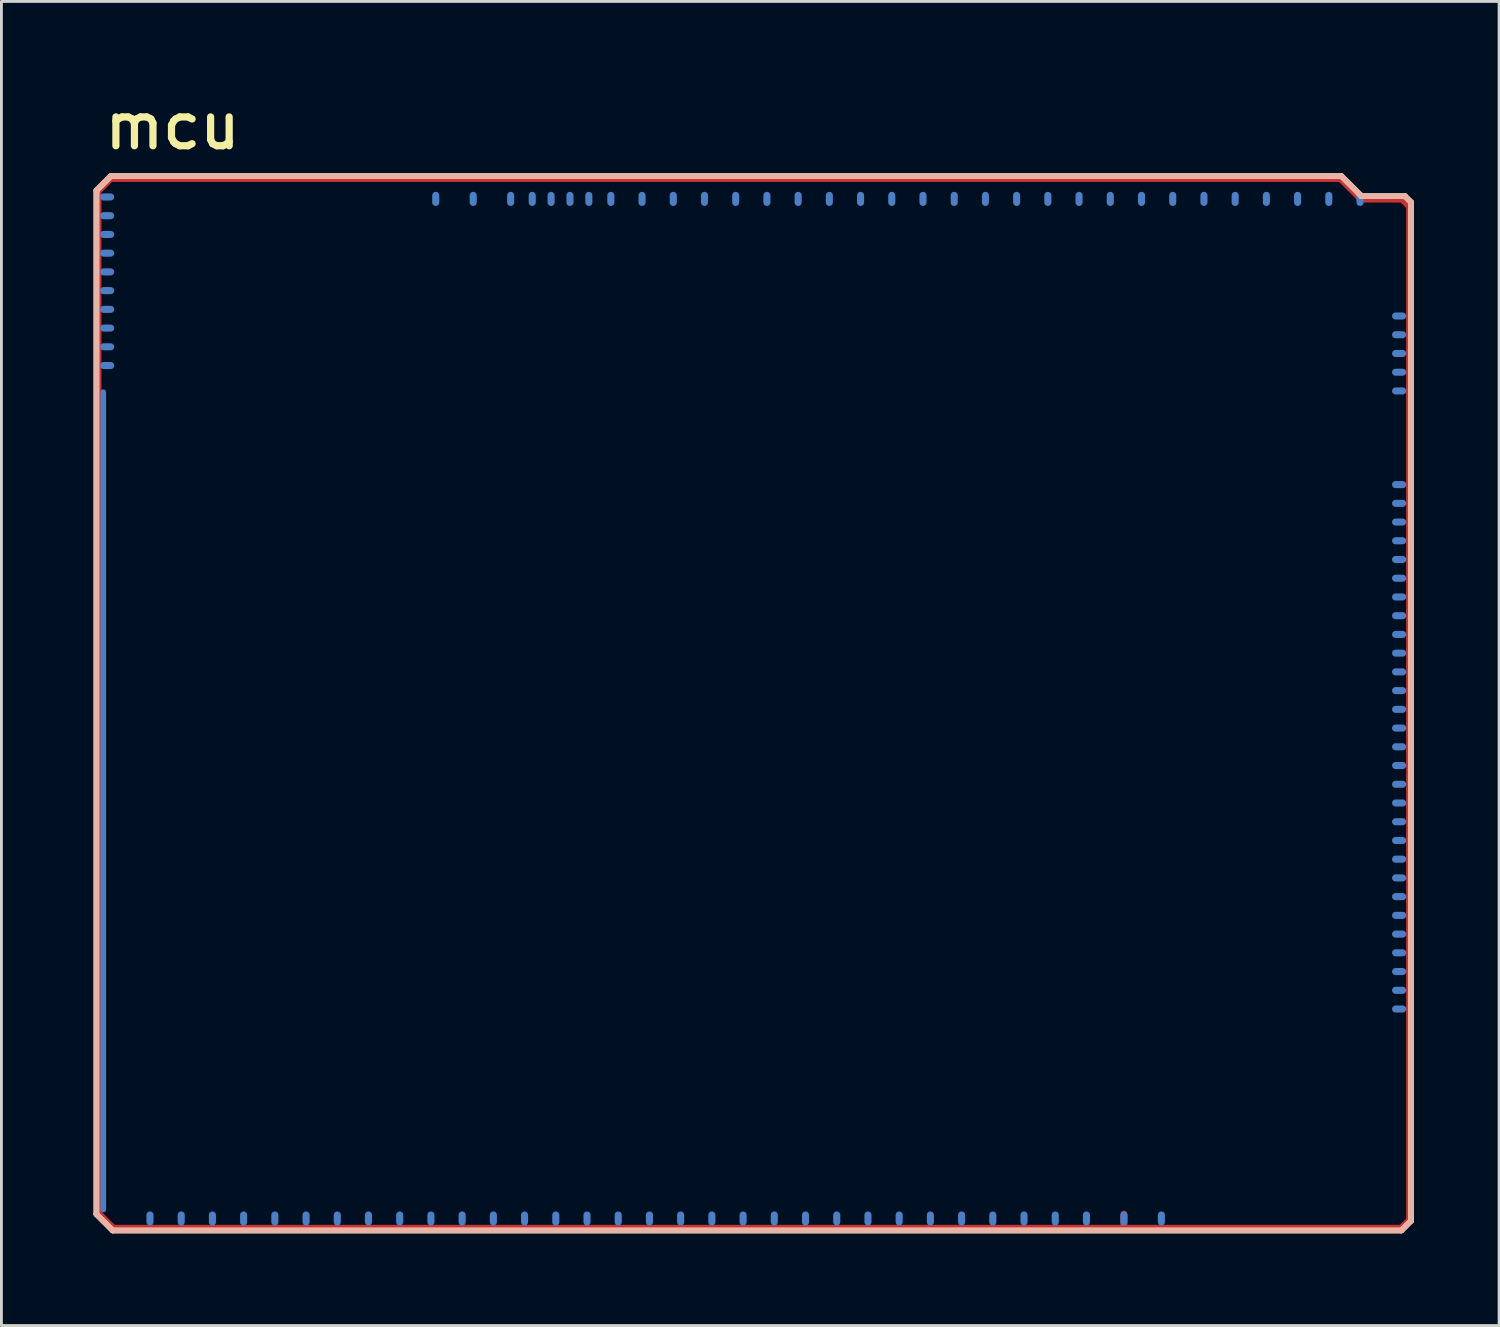
<source format=kicad_pcb>
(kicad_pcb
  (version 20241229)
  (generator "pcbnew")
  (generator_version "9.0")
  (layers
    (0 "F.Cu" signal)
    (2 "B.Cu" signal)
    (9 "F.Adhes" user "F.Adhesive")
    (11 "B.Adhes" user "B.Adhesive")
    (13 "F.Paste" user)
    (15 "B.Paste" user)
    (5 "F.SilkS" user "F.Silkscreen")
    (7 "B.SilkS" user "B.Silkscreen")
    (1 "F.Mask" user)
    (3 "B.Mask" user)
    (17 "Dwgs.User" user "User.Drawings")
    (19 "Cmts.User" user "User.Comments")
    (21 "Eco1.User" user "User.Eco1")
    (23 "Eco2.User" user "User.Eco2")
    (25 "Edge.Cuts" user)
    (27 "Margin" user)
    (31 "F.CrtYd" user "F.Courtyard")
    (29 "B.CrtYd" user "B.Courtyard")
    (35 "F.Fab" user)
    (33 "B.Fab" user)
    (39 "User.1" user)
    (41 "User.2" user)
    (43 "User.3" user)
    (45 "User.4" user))
  (footprint "mcu"
    (layer "F.Cu")
    (at 0.25 40.411)
    (property "Reference" "mcu" (at 0.254 -38.125 0) (unlocked yes) (layer "F.SilkS") (effects (font (size 1.524 1.524) (thickness 0.254)) (justify left bottom)))
    (attr through_hole)
    (fp_line (start 0.096 -36.743) (end 0.096 -0.677) (stroke (width 0.2) (type solid)) (layer "F.SilkS"))
    (fp_line (start 0.096 -36.743) (end 0.61 -37.257) (stroke (width 0.2) (type solid)) (layer "F.SilkS"))
    (fp_line (start 0.096 -0.677) (end 0.672 -0.101) (stroke (width 0.2) (type solid)) (layer "F.SilkS"))
    (fp_line (start 0.61 -37.257) (end 43.968 -37.257) (stroke (width 0.2) (type solid)) (layer "F.SilkS"))
    (fp_line (start 0.672 -0.101) (end 46.083 -0.101) (stroke (width 0.2) (type solid)) (layer "F.SilkS"))
    (fp_line (start 43.968 -37.257) (end 44.675 -36.55) (stroke (width 0.2) (type solid)) (layer "F.SilkS"))
    (fp_line (start 44.675 -36.55) (end 46.212 -36.55) (stroke (width 0.2) (type solid)) (layer "F.SilkS"))
    (fp_line (start 46.083 -0.101) (end 46.425 -0.443) (stroke (width 0.2) (type solid)) (layer "F.SilkS"))
    (fp_line (start 46.212 -36.55) (end 46.425 -36.337) (stroke (width 0.2) (type solid)) (layer "F.SilkS"))
    (fp_line (start 46.425 -36.337) (end 46.425 -0.443) (stroke (width 0.2) (type solid)) (layer "F.SilkS"))
    (fp_line (start 0.1 -36.762) (end 0.1 -0.67) (stroke (width 0.2) (type solid)) (layer "B.SilkS"))
    (fp_line (start 0.1 -36.762) (end 0.588 -37.25) (stroke (width 0.2) (type solid)) (layer "B.SilkS"))
    (fp_line (start 0.1 -0.67) (end 0.669 -0.101) (stroke (width 0.2) (type solid)) (layer "B.SilkS"))
    (fp_line (start 0.588 -37.25) (end 43.975 -37.25) (stroke (width 0.2) (type solid)) (layer "B.SilkS"))
    (fp_line (start 0.669 -0.101) (end 46.082 -0.101) (stroke (width 0.2) (type solid)) (layer "B.SilkS"))
    (fp_line (start 43.975 -37.25) (end 44.675 -36.55) (stroke (width 0.2) (type solid)) (layer "B.SilkS"))
    (fp_line (start 44.675 -36.55) (end 46.2 -36.55) (stroke (width 0.2) (type solid)) (layer "B.SilkS"))
    (fp_line (start 46.082 -0.101) (end 46.424 -0.443) (stroke (width 0.2) (type solid)) (layer "B.SilkS"))
    (fp_line (start 46.2 -36.55) (end 46.424 -36.326) (stroke (width 0.2) (type solid)) (layer "B.SilkS"))
    (fp_line (start 46.424 -36.326) (end 46.424 -0.443) (stroke (width 0.2) (type solid)) (layer "B.SilkS"))
    (pad "E1" smd roundrect (at 46.002 -32.325 90) (size 0.25 0.5) (layers "B.Cu" "B.Mask" "B.Paste") (roundrect_rratio 0.5))
    (pad "E2" smd roundrect (at 46.002 -31.665 270) (size 0.25 0.5) (layers "B.Cu" "B.Mask" "B.Paste") (roundrect_rratio 0.5))
    (pad "E3" smd roundrect (at 46.002 -31.005 270) (size 0.25 0.5) (layers "B.Cu" "B.Mask" "B.Paste") (roundrect_rratio 0.5))
    (pad "E4" smd roundrect (at 46.002 -30.345 270) (size 0.25 0.5) (layers "B.Cu" "B.Mask" "B.Paste") (roundrect_rratio 0.5))
    (pad "E5" smd roundrect (at 46.002 -29.685 270) (size 0.25 0.5) (layers "B.Cu" "B.Mask" "B.Paste") (roundrect_rratio 0.5))
    (pad "E6" smd roundrect (at 46.002 -26.385 270) (size 0.25 0.5) (layers "B.Cu" "B.Mask" "B.Paste") (roundrect_rratio 0.5))
    (pad "E7" smd roundrect (at 46.002 -25.725 270) (size 0.25 0.5) (layers "B.Cu" "B.Mask" "B.Paste") (roundrect_rratio 0.5))
    (pad "E8" smd roundrect (at 46.002 -25.065 270) (size 0.25 0.5) (layers "B.Cu" "B.Mask" "B.Paste") (roundrect_rratio 0.5))
    (pad "E9" smd roundrect (at 46.002 -24.405 270) (size 0.25 0.5) (layers "B.Cu" "B.Mask" "B.Paste") (roundrect_rratio 0.5))
    (pad "E10" smd roundrect (at 46.002 -23.745 270) (size 0.25 0.5) (layers "B.Cu" "B.Mask" "B.Paste") (roundrect_rratio 0.5))
    (pad "E11" smd roundrect (at 46.002 -23.085 270) (size 0.25 0.5) (layers "B.Cu" "B.Mask" "B.Paste") (roundrect_rratio 0.5))
    (pad "E12" smd roundrect (at 46.002 -22.425 270) (size 0.25 0.5) (layers "B.Cu" "B.Mask" "B.Paste") (roundrect_rratio 0.5))
    (pad "E13" smd roundrect (at 46.002 -21.765 270) (size 0.25 0.5) (layers "B.Cu" "B.Mask" "B.Paste") (roundrect_rratio 0.5))
    (pad "E14" smd roundrect (at 46.002 -21.105 270) (size 0.25 0.5) (layers "B.Cu" "B.Mask" "B.Paste") (roundrect_rratio 0.5))
    (pad "E15" smd roundrect (at 46.002 -20.445 270) (size 0.25 0.5) (layers "B.Cu" "B.Mask" "B.Paste") (roundrect_rratio 0.5))
    (pad "E16" smd roundrect (at 46.002 -19.785 270) (size 0.25 0.5) (layers "B.Cu" "B.Mask" "B.Paste") (roundrect_rratio 0.5))
    (pad "E17" smd roundrect (at 46.002 -19.125 270) (size 0.25 0.5) (layers "B.Cu" "B.Mask" "B.Paste") (roundrect_rratio 0.5))
    (pad "E18" smd roundrect (at 46.002 -18.465 270) (size 0.25 0.5) (layers "B.Cu" "B.Mask" "B.Paste") (roundrect_rratio 0.5))
    (pad "E19" smd roundrect (at 46.002 -17.805 270) (size 0.25 0.5) (layers "B.Cu" "B.Mask" "B.Paste") (roundrect_rratio 0.5))
    (pad "E20" smd roundrect (at 46.002 -17.145 270) (size 0.25 0.5) (layers "B.Cu" "B.Mask" "B.Paste") (roundrect_rratio 0.5))
    (pad "E21" smd roundrect (at 46.002 -16.485 270) (size 0.25 0.5) (layers "B.Cu" "B.Mask" "B.Paste") (roundrect_rratio 0.5))
    (pad "E22" smd roundrect (at 46.002 -15.825 270) (size 0.25 0.5) (layers "B.Cu" "B.Mask" "B.Paste") (roundrect_rratio 0.5))
    (pad "E23" smd roundrect (at 46.002 -15.165 270) (size 0.25 0.5) (layers "B.Cu" "B.Mask" "B.Paste") (roundrect_rratio 0.5))
    (pad "E24" smd roundrect (at 46.002 -14.505 270) (size 0.25 0.5) (layers "B.Cu" "B.Mask" "B.Paste") (roundrect_rratio 0.5))
    (pad "E25" smd roundrect (at 46.002 -13.845 270) (size 0.25 0.5) (layers "B.Cu" "B.Mask" "B.Paste") (roundrect_rratio 0.5))
    (pad "E26" smd roundrect (at 46.002 -13.185 270) (size 0.25 0.5) (layers "B.Cu" "B.Mask" "B.Paste") (roundrect_rratio 0.5))
    (pad "E27" smd roundrect (at 46.002 -12.525 270) (size 0.25 0.5) (layers "B.Cu" "B.Mask" "B.Paste") (roundrect_rratio 0.5))
    (pad "E28" smd roundrect (at 46.002 -11.865 270) (size 0.25 0.5) (layers "B.Cu" "B.Mask" "B.Paste") (roundrect_rratio 0.5))
    (pad "E29" smd roundrect (at 46.002 -11.205 270) (size 0.25 0.5) (layers "B.Cu" "B.Mask" "B.Paste") (roundrect_rratio 0.5))
    (pad "E30" smd roundrect (at 46.002 -10.545 270) (size 0.25 0.5) (layers "B.Cu" "B.Mask" "B.Paste") (roundrect_rratio 0.5))
    (pad "E31" smd roundrect (at 46.002 -9.885 270) (size 0.25 0.5) (layers "B.Cu" "B.Mask" "B.Paste") (roundrect_rratio 0.5))
    (pad "E32" smd roundrect (at 46.002 -9.225 270) (size 0.25 0.5) (layers "B.Cu" "B.Mask" "B.Paste") (roundrect_rratio 0.5))
    (pad "E33" smd roundrect (at 46.002 -8.565 270) (size 0.25 0.5) (layers "B.Cu" "B.Mask" "B.Paste") (roundrect_rratio 0.5))
    (pad "E34" smd roundrect (at 46.002 -7.905 270) (size 0.25 0.5) (layers "B.Cu" "B.Mask" "B.Paste") (roundrect_rratio 0.5))
    (pad "N1" smd roundrect (at 12.055 -36.452 180) (size 0.25 0.5) (layers "B.Cu" "B.Mask" "B.Paste") (roundrect_rratio 0.5))
    (pad "N2" smd roundrect (at 13.375 -36.452) (size 0.25 0.5) (layers "B.Cu" "B.Mask" "B.Paste") (roundrect_rratio 0.5))
    (pad "N3" smd roundrect (at 14.695 -36.452) (size 0.25 0.5) (layers "B.Cu" "B.Mask" "B.Paste") (roundrect_rratio 0.5))
    (pad "N4" smd roundrect (at 15.455 -36.452) (size 0.25 0.5) (layers "B.Cu" "B.Mask" "B.Paste") (roundrect_rratio 0.5))
    (pad "N5" smd roundrect (at 16.12 -36.452) (size 0.25 0.5) (layers "B.Cu" "B.Mask" "B.Paste") (roundrect_rratio 0.5))
    (pad "N6" smd roundrect (at 16.785 -36.452) (size 0.25 0.5) (layers "B.Cu" "B.Mask" "B.Paste") (roundrect_rratio 0.5))
    (pad "N7" smd roundrect (at 17.45 -36.452) (size 0.25 0.5) (layers "B.Cu" "B.Mask" "B.Paste") (roundrect_rratio 0.5))
    (pad "N8" smd roundrect (at 18.225 -36.452) (size 0.25 0.5) (layers "B.Cu" "B.Mask" "B.Paste") (roundrect_rratio 0.5))
    (pad "N9" smd roundrect (at 19.325 -36.452) (size 0.25 0.5) (layers "B.Cu" "B.Mask" "B.Paste") (roundrect_rratio 0.5))
    (pad "N10" smd roundrect (at 20.425 -36.452) (size 0.25 0.5) (layers "B.Cu" "B.Mask" "B.Paste") (roundrect_rratio 0.5))
    (pad "N11" smd roundrect (at 21.525 -36.452) (size 0.25 0.5) (layers "B.Cu" "B.Mask" "B.Paste") (roundrect_rratio 0.5))
    (pad "N12" smd roundrect (at 22.625 -36.452) (size 0.25 0.5) (layers "B.Cu" "B.Mask" "B.Paste") (roundrect_rratio 0.5))
    (pad "N13" smd roundrect (at 23.725 -36.452) (size 0.25 0.5) (layers "B.Cu" "B.Mask" "B.Paste") (roundrect_rratio 0.5))
    (pad "N14" smd roundrect (at 24.825 -36.452) (size 0.25 0.5) (layers "B.Cu" "B.Mask" "B.Paste") (roundrect_rratio 0.5))
    (pad "N15" smd roundrect (at 25.925 -36.452) (size 0.25 0.5) (layers "B.Cu" "B.Mask" "B.Paste") (roundrect_rratio 0.5))
    (pad "N16" smd roundrect (at 27.025 -36.452) (size 0.25 0.5) (layers "B.Cu" "B.Mask" "B.Paste") (roundrect_rratio 0.5))
    (pad "N17" smd roundrect (at 28.125 -36.452) (size 0.25 0.5) (layers "B.Cu" "B.Mask" "B.Paste") (roundrect_rratio 0.5))
    (pad "N18" smd roundrect (at 29.225 -36.452) (size 0.25 0.5) (layers "B.Cu" "B.Mask" "B.Paste") (roundrect_rratio 0.5))
    (pad "N19" smd roundrect (at 30.325 -36.452) (size 0.25 0.5) (layers "B.Cu" "B.Mask" "B.Paste") (roundrect_rratio 0.5))
    (pad "N20" smd roundrect (at 31.425 -36.452) (size 0.25 0.5) (layers "B.Cu" "B.Mask" "B.Paste") (roundrect_rratio 0.5))
    (pad "N21" smd roundrect (at 32.525 -36.452) (size 0.25 0.5) (layers "B.Cu" "B.Mask" "B.Paste") (roundrect_rratio 0.5))
    (pad "N22" smd roundrect (at 33.625 -36.452) (size 0.25 0.5) (layers "B.Cu" "B.Mask" "B.Paste") (roundrect_rratio 0.5))
    (pad "N23" smd roundrect (at 34.725 -36.452) (size 0.25 0.5) (layers "B.Cu" "B.Mask" "B.Paste") (roundrect_rratio 0.5))
    (pad "N24" smd roundrect (at 35.825 -36.452) (size 0.25 0.5) (layers "B.Cu" "B.Mask" "B.Paste") (roundrect_rratio 0.5))
    (pad "N25" smd roundrect (at 36.925 -36.452) (size 0.25 0.5) (layers "B.Cu" "B.Mask" "B.Paste") (roundrect_rratio 0.5))
    (pad "N26" smd roundrect (at 38.025 -36.452) (size 0.25 0.5) (layers "B.Cu" "B.Mask" "B.Paste") (roundrect_rratio 0.5))
    (pad "N27" smd roundrect (at 39.125 -36.452) (size 0.25 0.5) (layers "B.Cu" "B.Mask" "B.Paste") (roundrect_rratio 0.5))
    (pad "N28" smd roundrect (at 40.225 -36.452) (size 0.25 0.5) (layers "B.Cu" "B.Mask" "B.Paste") (roundrect_rratio 0.5))
    (pad "N29" smd roundrect (at 41.325 -36.452) (size 0.25 0.5) (layers "B.Cu" "B.Mask" "B.Paste") (roundrect_rratio 0.5))
    (pad "N30" smd roundrect (at 42.425 -36.452) (size 0.25 0.5) (layers "B.Cu" "B.Mask" "B.Paste") (roundrect_rratio 0.5))
    (pad "N31" smd roundrect (at 43.525 -36.452) (size 0.25 0.5) (layers "B.Cu" "B.Mask" "B.Paste") (roundrect_rratio 0.5))
    (pad "N32" smd roundrect (at 44.625 -36.452) (size 0.25 0.5) (layers "B.Cu" "B.Mask" "B.Paste") (roundrect_rratio 0.5))
    (pad "S1" smd roundrect (at 37.625 -0.523) (size 0.25 0.5) (layers "B.Cu" "B.Mask" "B.Paste") (roundrect_rratio 0.5))
    (pad "S2" smd roundrect (at 0.175 -18.722 180) (size 0.2 36.19) (layers "F.Cu" "F.Paste") (roundrect_rratio 0.5))
    (pad "S2" smd roundrect (at 0.34 -15.24 180) (size 0.2 29) (layers "B.Cu" "B.Paste") (roundrect_rratio 0.5))
    (pad "S2" smd roundrect (at 0.39 -36.935 315) (size 0.2 0.8) (layers "F.Cu" "F.Paste") (roundrect_rratio 0.5))
    (pad "S2" smd roundrect (at 0.438 -0.462 225) (size 0.2 0.94) (layers "F.Cu" "F.Paste") (roundrect_rratio 0.5))
    (pad "S2" smd roundrect (at 22.265 -37.15 270) (size 0.2 43.5) (layers "F.Cu" "F.Paste") (roundrect_rratio 0.5))
    (pad "S2" smd roundrect (at 23.4 -0.2 270) (size 0.2 45.6) (layers "F.Cu" "F.Paste") (roundrect_rratio 0.5))
    (pad "S2" smd roundrect (at 36.305 -0.523 180) (size 0.25 0.5) (layers "B.Cu" "B.Mask" "B.Paste") (roundrect_rratio 0.5))
    (pad "S2" smd roundrect (at 36.305 -0.45 180) (size 0.25 0.7) (layers "F.Cu" "F.Mask" "F.Paste") (roundrect_rratio 0.5))
    (pad "S2" smd roundrect (at 44.288 -36.788 45) (size 0.2 1.2) (layers "F.Cu" "F.Paste") (roundrect_rratio 0.5))
    (pad "S2" smd roundrect (at 45.375 -36.425 270) (size 0.2 1.6) (layers "F.Cu" "F.Paste") (roundrect_rratio 0.5))
    (pad "S2" smd roundrect (at 46.212 -0.338 135) (size 0.2 0.58) (layers "F.Cu" "F.Paste") (roundrect_rratio 0.5))
    (pad "S2" smd roundrect (at 46.225 -36.3 45) (size 0.2 0.55) (layers "F.Cu" "F.Paste") (roundrect_rratio 0.5))
    (pad "S2" smd roundrect (at 46.35 -18.325 180) (size 0.2 35.9) (layers "F.Cu" "F.Paste") (roundrect_rratio 0.5))
    (pad "S3" smd roundrect (at 34.985 -0.523 180) (size 0.25 0.5) (layers "B.Cu" "B.Mask" "B.Paste") (roundrect_rratio 0.5))
    (pad "S4" smd roundrect (at 33.885 -0.523 180) (size 0.25 0.5) (layers "B.Cu" "B.Mask" "B.Paste") (roundrect_rratio 0.5))
    (pad "S5" smd roundrect (at 32.785 -0.523 180) (size 0.25 0.5) (layers "B.Cu" "B.Mask" "B.Paste") (roundrect_rratio 0.5))
    (pad "S6" smd roundrect (at 31.685 -0.523 180) (size 0.25 0.5) (layers "B.Cu" "B.Mask" "B.Paste") (roundrect_rratio 0.5))
    (pad "S7" smd roundrect (at 30.585 -0.523 180) (size 0.25 0.5) (layers "B.Cu" "B.Mask" "B.Paste") (roundrect_rratio 0.5))
    (pad "S8" smd roundrect (at 29.485 -0.523 180) (size 0.25 0.5) (layers "B.Cu" "B.Mask" "B.Paste") (roundrect_rratio 0.5))
    (pad "S9" smd roundrect (at 28.385 -0.523 180) (size 0.25 0.5) (layers "B.Cu" "B.Mask" "B.Paste") (roundrect_rratio 0.5))
    (pad "S10" smd roundrect (at 27.285 -0.523 180) (size 0.25 0.5) (layers "B.Cu" "B.Mask" "B.Paste") (roundrect_rratio 0.5))
    (pad "S11" smd roundrect (at 26.185 -0.523 180) (size 0.25 0.5) (layers "B.Cu" "B.Mask" "B.Paste") (roundrect_rratio 0.5))
    (pad "S12" smd roundrect (at 25.085 -0.523 180) (size 0.25 0.5) (layers "B.Cu" "B.Mask" "B.Paste") (roundrect_rratio 0.5))
    (pad "S13" smd roundrect (at 23.985 -0.523 180) (size 0.25 0.5) (layers "B.Cu" "B.Mask" "B.Paste") (roundrect_rratio 0.5))
    (pad "S14" smd roundrect (at 22.885 -0.523 180) (size 0.25 0.5) (layers "B.Cu" "B.Mask" "B.Paste") (roundrect_rratio 0.5))
    (pad "S15" smd roundrect (at 21.785 -0.523 180) (size 0.25 0.5) (layers "B.Cu" "B.Mask" "B.Paste") (roundrect_rratio 0.5))
    (pad "S16" smd roundrect (at 20.685 -0.523 180) (size 0.25 0.5) (layers "B.Cu" "B.Mask" "B.Paste") (roundrect_rratio 0.5))
    (pad "S17" smd roundrect (at 19.585 -0.523 180) (size 0.25 0.5) (layers "B.Cu" "B.Mask" "B.Paste") (roundrect_rratio 0.5))
    (pad "S18" smd roundrect (at 18.485 -0.523 180) (size 0.25 0.5) (layers "B.Cu" "B.Mask" "B.Paste") (roundrect_rratio 0.5))
    (pad "S19" smd roundrect (at 17.385 -0.523 180) (size 0.25 0.5) (layers "B.Cu" "B.Mask" "B.Paste") (roundrect_rratio 0.5))
    (pad "S20" smd roundrect (at 16.285 -0.523 180) (size 0.25 0.5) (layers "B.Cu" "B.Mask" "B.Paste") (roundrect_rratio 0.5))
    (pad "S21" smd roundrect (at 15.185 -0.523 180) (size 0.25 0.5) (layers "B.Cu" "B.Mask" "B.Paste") (roundrect_rratio 0.5))
    (pad "S22" smd roundrect (at 14.085 -0.523 180) (size 0.25 0.5) (layers "B.Cu" "B.Mask" "B.Paste") (roundrect_rratio 0.5))
    (pad "S23" smd roundrect (at 12.985 -0.523 180) (size 0.25 0.5) (layers "B.Cu" "B.Mask" "B.Paste") (roundrect_rratio 0.5))
    (pad "S24" smd roundrect (at 11.885 -0.523 180) (size 0.25 0.5) (layers "B.Cu" "B.Mask" "B.Paste") (roundrect_rratio 0.5))
    (pad "S25" smd roundrect (at 10.785 -0.523 180) (size 0.25 0.5) (layers "B.Cu" "B.Mask" "B.Paste") (roundrect_rratio 0.5))
    (pad "S26" smd roundrect (at 9.685 -0.523 180) (size 0.25 0.5) (layers "B.Cu" "B.Mask" "B.Paste") (roundrect_rratio 0.5))
    (pad "S27" smd roundrect (at 8.585 -0.523 180) (size 0.25 0.5) (layers "B.Cu" "B.Mask" "B.Paste") (roundrect_rratio 0.5))
    (pad "S28" smd roundrect (at 7.485 -0.523 180) (size 0.25 0.5) (layers "B.Cu" "B.Mask" "B.Paste") (roundrect_rratio 0.5))
    (pad "S29" smd roundrect (at 6.385 -0.523 180) (size 0.25 0.5) (layers "B.Cu" "B.Mask" "B.Paste") (roundrect_rratio 0.5))
    (pad "S30" smd roundrect (at 5.285 -0.523 180) (size 0.25 0.5) (layers "B.Cu" "B.Mask" "B.Paste") (roundrect_rratio 0.5))
    (pad "S31" smd roundrect (at 4.185 -0.523 180) (size 0.25 0.5) (layers "B.Cu" "B.Mask" "B.Paste") (roundrect_rratio 0.5))
    (pad "S32" smd roundrect (at 3.085 -0.523 180) (size 0.25 0.5) (layers "B.Cu" "B.Mask" "B.Paste") (roundrect_rratio 0.5))
    (pad "S33" smd roundrect (at 1.985 -0.523 180) (size 0.25 0.5) (layers "B.Cu" "B.Mask" "B.Paste") (roundrect_rratio 0.5))
    (pad "W1" smd roundrect (at 0.475 -30.58 90) (size 0.25 0.5) (layers "B.Cu" "B.Mask" "B.Paste") (roundrect_rratio 0.5))
    (pad "W2" smd roundrect (at 0.475 -31.24 90) (size 0.25 0.5) (layers "B.Cu" "B.Mask" "B.Paste") (roundrect_rratio 0.5))
    (pad "W3" smd roundrect (at 0.475 -31.9 90) (size 0.25 0.5) (layers "B.Cu" "B.Mask" "B.Paste") (roundrect_rratio 0.5))
    (pad "W4" smd roundrect (at 0.475 -32.56 90) (size 0.25 0.5) (layers "B.Cu" "B.Mask" "B.Paste") (roundrect_rratio 0.5))
    (pad "W5" smd roundrect (at 0.475 -33.22 90) (size 0.25 0.5) (layers "B.Cu" "B.Mask" "B.Paste") (roundrect_rratio 0.5))
    (pad "W6" smd roundrect (at 0.475 -33.88 90) (size 0.25 0.5) (layers "B.Cu" "B.Mask" "B.Paste") (roundrect_rratio 0.5))
    (pad "W7" smd roundrect (at 0.475 -34.54 90) (size 0.25 0.5) (layers "B.Cu" "B.Mask" "B.Paste") (roundrect_rratio 0.5))
    (pad "W8" smd roundrect (at 0.475 -35.2 90) (size 0.25 0.5) (layers "B.Cu" "B.Mask" "B.Paste") (roundrect_rratio 0.5))
    (pad "W9" smd roundrect (at 0.475 -35.86 90) (size 0.25 0.5) (layers "B.Cu" "B.Mask" "B.Paste") (roundrect_rratio 0.5))
    (pad "W10" smd roundrect (at 0.475 -36.52 90) (size 0.25 0.5) (layers "B.Cu" "B.Mask" "B.Paste") (roundrect_rratio 0.5))
    (zone (net_name "") (layer "F.Cu") (hatch edge 0.2) (connect_pads) (min_thickness 0.254) (filled_areas_thickness no) (keepout (tracks allowed) (vias allowed) (pads allowed) (copperpour not_allowed) (footprints allowed)) (placement (enabled no)) (fill) (polygon (pts (xy 0.348 39.699) (xy 0.348 3.691) (xy 0.778 3.261) (xy 44.175 3.261) (xy 44.875 3.961) (xy 46.325 3.961) (xy 46.6 4.236) (xy 46.6 4.236) (xy 46.6 40.038) (xy 46.336 40.302) (xy 0.932 40.302))))
    (zone (net_name "") (layer "B.Cu") (hatch edge 0.2) (connect_pads) (min_thickness 0.254) (filled_areas_thickness no) (keepout (tracks allowed) (vias allowed) (pads allowed) (copperpour not_allowed) (footprints allowed)) (placement (enabled no)) (fill) (polygon (pts (xy 45.925 13.486) (xy 46.525 13.486) (xy 46.525 32.836) (xy 45.9 32.836))))
    (zone (net_name "") (layer "B.Cu") (hatch edge 0.2) (connect_pads) (min_thickness 0.254) (filled_areas_thickness no) (keepout (tracks allowed) (vias allowed) (pads allowed) (copperpour not_allowed) (footprints allowed)) (placement (enabled no)) (fill) (polygon (pts (xy 46.025 7.611) (xy 46.525 7.611) (xy 46.525 11.086) (xy 46.025 11.086))))
    (zone (net_name "") (layer "B.Cu") (hatch edge 0.2) (connect_pads) (min_thickness 0.254) (filled_areas_thickness no) (keepout (tracks allowed) (vias allowed) (pads allowed) (copperpour not_allowed) (footprints allowed)) (placement (enabled no)) (fill) (polygon (pts (xy 1.929 39.612) (xy 38.6 39.612) (xy 38.6 39.611) (xy 38.6 40.161) (xy 1.916 40.161))))
    (zone (net_name "") (layer "B.Cu") (hatch edge 0.2) (connect_pads) (min_thickness 0.254) (filled_areas_thickness no) (keepout (tracks allowed) (vias allowed) (pads allowed) (copperpour not_allowed) (footprints allowed)) (placement (enabled no)) (fill) (polygon (pts (xy 10.375 3.336) (xy 45.25 3.336) (xy 45.25 4.136) (xy 45.225 4.161) (xy 10.375 4.161))))
    (zone (net_name "") (layer "B.Cu") (hatch edge 0.2) (connect_pads) (min_thickness 0.254) (filled_areas_thickness no) (keepout (tracks allowed) (vias allowed) (pads allowed) (copperpour not_allowed) (footprints allowed)) (placement (enabled no)) (fill) (polygon (pts (xy 0.55 39.876) (xy 0.55 10.686) (xy 0.401 10.686) (xy 0.401 3.638) (xy 0.786 3.261) (xy 44.175 3.261) (xy 44.875 3.961) (xy 46.325 3.961) (xy 46.6 4.236) (xy 46.6 40.038) (xy 46.325 40.313) (xy 46.314 40.302) (xy 0.932 40.302)))))
  (gr_rect
    (start -3 -3)
    (end 49.775 43.661)
    (stroke (width 0.1) (type default))
    (fill no)
    (layer "Edge.Cuts")))
</source>
